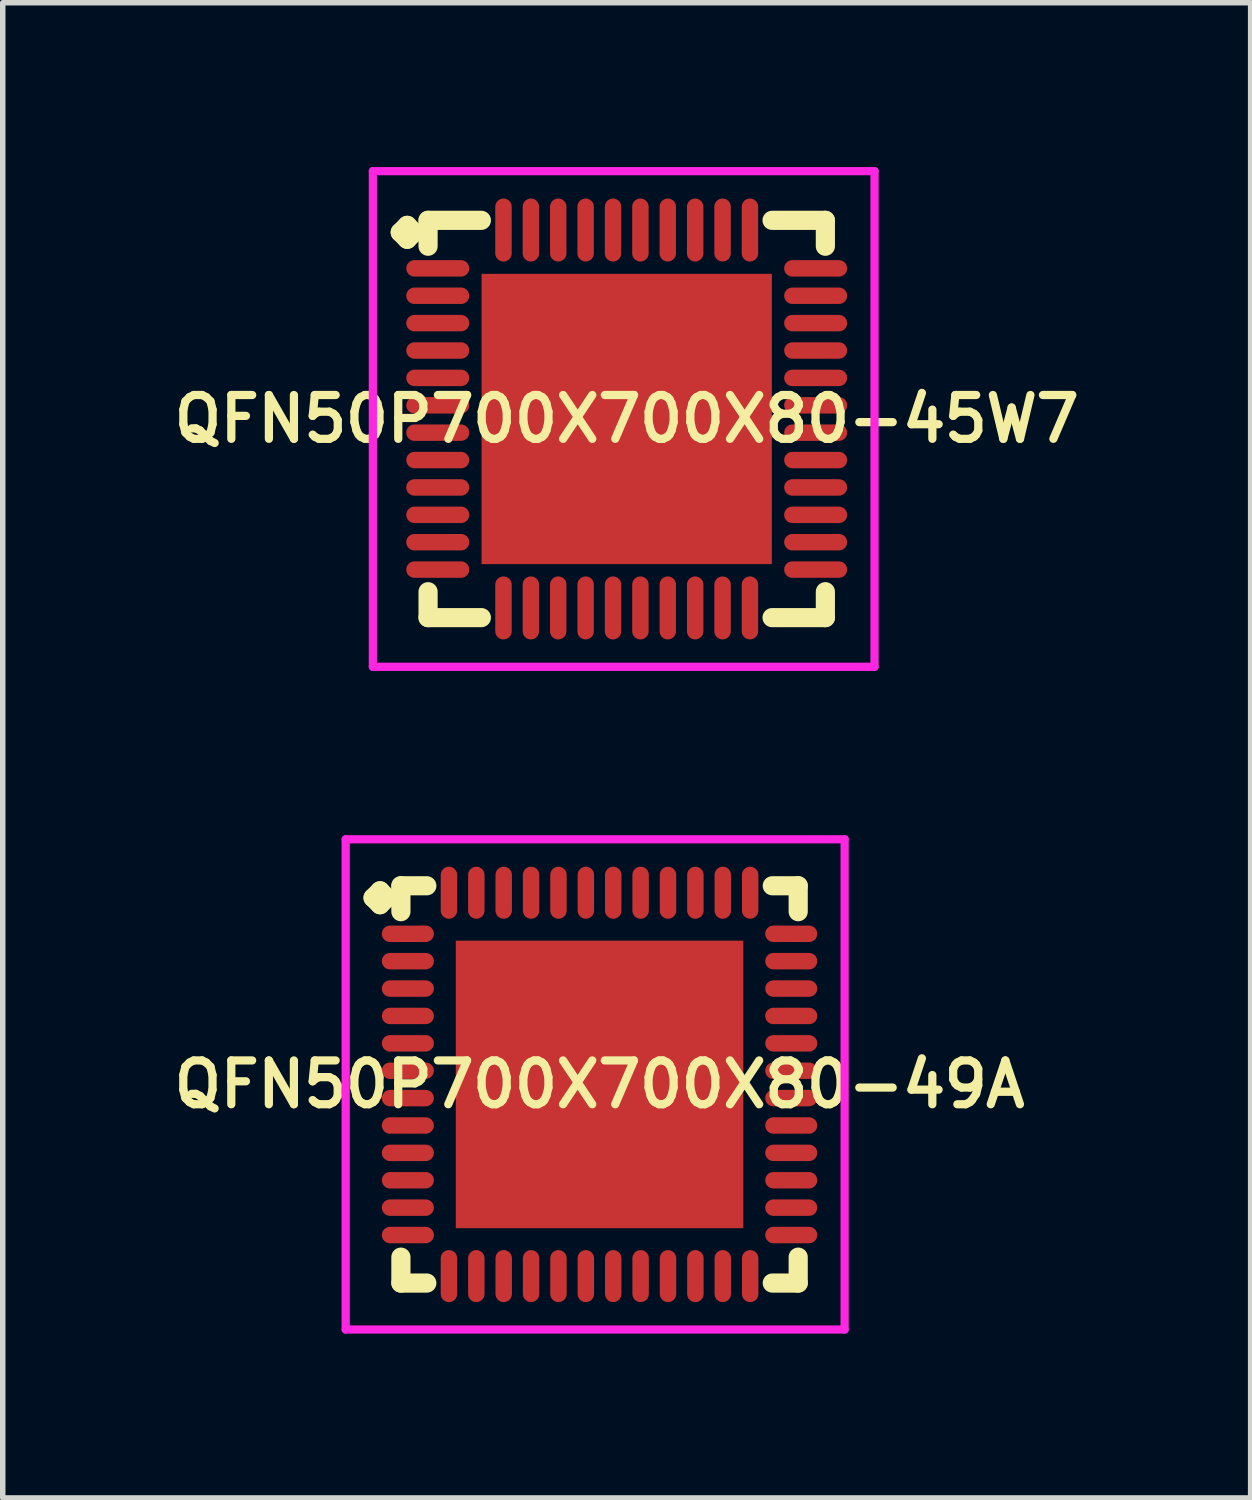
<source format=kicad_pcb>
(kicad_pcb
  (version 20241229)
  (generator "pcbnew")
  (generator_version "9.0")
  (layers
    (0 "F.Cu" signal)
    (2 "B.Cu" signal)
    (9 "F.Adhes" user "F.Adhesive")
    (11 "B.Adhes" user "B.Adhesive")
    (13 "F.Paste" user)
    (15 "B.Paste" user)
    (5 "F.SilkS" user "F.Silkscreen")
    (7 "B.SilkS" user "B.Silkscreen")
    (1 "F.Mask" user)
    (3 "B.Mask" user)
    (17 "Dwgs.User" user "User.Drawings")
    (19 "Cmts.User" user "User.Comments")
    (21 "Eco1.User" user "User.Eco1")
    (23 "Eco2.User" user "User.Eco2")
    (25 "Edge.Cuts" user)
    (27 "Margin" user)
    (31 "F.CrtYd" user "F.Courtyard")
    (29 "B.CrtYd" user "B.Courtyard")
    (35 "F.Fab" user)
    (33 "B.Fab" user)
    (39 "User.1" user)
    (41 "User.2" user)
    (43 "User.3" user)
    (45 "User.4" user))
  (footprint "QFN50P700X700X80-49A"
    (layer "F.Cu")
    (at 7.897 16.75)
    (property "Reference" "QFN50P700X700X80-49A" (at 0 0 0) (layer "F.SilkS") (effects (font (size 0.8 0.8) (thickness 0.15))))
    (attr smd)
    (fp_line (start -4.135 -3.408) (end -4.008 -3.535) (stroke (width 0.35) (type solid)) (layer "F.SilkS"))
    (fp_line (start -4.008 -3.535) (end -3.881 -3.408) (stroke (width 0.35) (type solid)) (layer "F.SilkS"))
    (fp_line (start -4.008 -3.281) (end -4.135 -3.408) (stroke (width 0.35) (type solid)) (layer "F.SilkS"))
    (fp_line (start -3.881 -3.408) (end -4.008 -3.281) (stroke (width 0.35) (type solid)) (layer "F.SilkS"))
    (fp_line (start -3.627 -3.627) (end -3.154 -3.627) (stroke (width 0.35) (type solid)) (layer "F.SilkS"))
    (fp_line (start -3.627 -3.154) (end -3.627 -3.627) (stroke (width 0.35) (type solid)) (layer "F.SilkS"))
    (fp_line (start -3.627 3.154) (end -3.627 3.627) (stroke (width 0.35) (type solid)) (layer "F.SilkS"))
    (fp_line (start -3.627 3.627) (end -3.154 3.627) (stroke (width 0.35) (type solid)) (layer "F.SilkS"))
    (fp_line (start 3.154 -3.627) (end 3.627 -3.627) (stroke (width 0.35) (type solid)) (layer "F.SilkS"))
    (fp_line (start 3.154 3.627) (end 3.627 3.627) (stroke (width 0.35) (type solid)) (layer "F.SilkS"))
    (fp_line (start 3.627 -3.627) (end 3.627 -3.154) (stroke (width 0.35) (type solid)) (layer "F.SilkS"))
    (fp_line (start 3.627 3.627) (end 3.627 3.154) (stroke (width 0.35) (type solid)) (layer "F.SilkS"))
    (fp_line (start -4.635 -4.475) (end 4.475 -4.475) (stroke (width 0.15) (type solid)) (layer "F.CrtYd"))
    (fp_line (start -4.635 4.475) (end -4.635 -4.475) (stroke (width 0.15) (type solid)) (layer "F.CrtYd"))
    (fp_line (start 4.475 -4.475) (end 4.475 4.475) (stroke (width 0.15) (type solid)) (layer "F.CrtYd"))
    (fp_line (start 4.475 4.475) (end -4.635 4.475) (stroke (width 0.15) (type solid)) (layer "F.CrtYd"))
    (pad "1" smd oval (at -3.5 -2.75) (size 0.95 0.3) (layers "F.Cu" "F.Mask" "F.Paste"))
    (pad "2" smd oval (at -3.5 -2.25) (size 0.95 0.3) (layers "F.Cu" "F.Mask" "F.Paste"))
    (pad "3" smd oval (at -3.5 -1.75) (size 0.95 0.3) (layers "F.Cu" "F.Mask" "F.Paste"))
    (pad "4" smd oval (at -3.5 -1.25) (size 0.95 0.3) (layers "F.Cu" "F.Mask" "F.Paste"))
    (pad "5" smd oval (at -3.5 -0.75) (size 0.95 0.3) (layers "F.Cu" "F.Mask" "F.Paste"))
    (pad "6" smd oval (at -3.5 -0.25) (size 0.95 0.3) (layers "F.Cu" "F.Mask" "F.Paste"))
    (pad "7" smd oval (at -3.5 0.25) (size 0.95 0.3) (layers "F.Cu" "F.Mask" "F.Paste"))
    (pad "8" smd oval (at -3.5 0.75) (size 0.95 0.3) (layers "F.Cu" "F.Mask" "F.Paste"))
    (pad "9" smd oval (at -3.5 1.25) (size 0.95 0.3) (layers "F.Cu" "F.Mask" "F.Paste"))
    (pad "10" smd oval (at -3.5 1.75) (size 0.95 0.3) (layers "F.Cu" "F.Mask" "F.Paste"))
    (pad "11" smd oval (at -3.5 2.25) (size 0.95 0.3) (layers "F.Cu" "F.Mask" "F.Paste"))
    (pad "12" smd oval (at -3.5 2.75) (size 0.95 0.3) (layers "F.Cu" "F.Mask" "F.Paste"))
    (pad "13" smd oval (at -2.75 3.5) (size 0.3 0.95) (layers "F.Cu" "F.Mask" "F.Paste"))
    (pad "14" smd oval (at -2.25 3.5) (size 0.3 0.95) (layers "F.Cu" "F.Mask" "F.Paste"))
    (pad "15" smd oval (at -1.75 3.5) (size 0.3 0.95) (layers "F.Cu" "F.Mask" "F.Paste"))
    (pad "16" smd oval (at -1.25 3.5) (size 0.3 0.95) (layers "F.Cu" "F.Mask" "F.Paste"))
    (pad "17" smd oval (at -0.75 3.5) (size 0.3 0.95) (layers "F.Cu" "F.Mask" "F.Paste"))
    (pad "18" smd oval (at -0.25 3.5) (size 0.3 0.95) (layers "F.Cu" "F.Mask" "F.Paste"))
    (pad "19" smd oval (at 0.25 3.5) (size 0.3 0.95) (layers "F.Cu" "F.Mask" "F.Paste"))
    (pad "20" smd oval (at 0.75 3.5) (size 0.3 0.95) (layers "F.Cu" "F.Mask" "F.Paste"))
    (pad "21" smd oval (at 1.25 3.5) (size 0.3 0.95) (layers "F.Cu" "F.Mask" "F.Paste"))
    (pad "22" smd oval (at 1.75 3.5) (size 0.3 0.95) (layers "F.Cu" "F.Mask" "F.Paste"))
    (pad "23" smd oval (at 2.25 3.5) (size 0.3 0.95) (layers "F.Cu" "F.Mask" "F.Paste"))
    (pad "24" smd oval (at 2.75 3.5) (size 0.3 0.95) (layers "F.Cu" "F.Mask" "F.Paste"))
    (pad "25" smd oval (at 3.5 2.75) (size 0.95 0.3) (layers "F.Cu" "F.Mask" "F.Paste"))
    (pad "26" smd oval (at 3.5 2.25) (size 0.95 0.3) (layers "F.Cu" "F.Mask" "F.Paste"))
    (pad "27" smd oval (at 3.5 1.75) (size 0.95 0.3) (layers "F.Cu" "F.Mask" "F.Paste"))
    (pad "28" smd oval (at 3.5 1.25) (size 0.95 0.3) (layers "F.Cu" "F.Mask" "F.Paste"))
    (pad "29" smd oval (at 3.5 0.75) (size 0.95 0.3) (layers "F.Cu" "F.Mask" "F.Paste"))
    (pad "30" smd oval (at 3.5 0.25) (size 0.95 0.3) (layers "F.Cu" "F.Mask" "F.Paste"))
    (pad "31" smd oval (at 3.5 -0.25) (size 0.95 0.3) (layers "F.Cu" "F.Mask" "F.Paste"))
    (pad "32" smd oval (at 3.5 -0.75) (size 0.95 0.3) (layers "F.Cu" "F.Mask" "F.Paste"))
    (pad "33" smd oval (at 3.5 -1.25) (size 0.95 0.3) (layers "F.Cu" "F.Mask" "F.Paste"))
    (pad "34" smd oval (at 3.5 -1.75) (size 0.95 0.3) (layers "F.Cu" "F.Mask" "F.Paste"))
    (pad "35" smd oval (at 3.5 -2.25) (size 0.95 0.3) (layers "F.Cu" "F.Mask" "F.Paste"))
    (pad "36" smd oval (at 3.5 -2.75) (size 0.95 0.3) (layers "F.Cu" "F.Mask" "F.Paste"))
    (pad "37" smd oval (at 2.75 -3.5) (size 0.3 0.95) (layers "F.Cu" "F.Mask" "F.Paste"))
    (pad "38" smd oval (at 2.25 -3.5) (size 0.3 0.95) (layers "F.Cu" "F.Mask" "F.Paste"))
    (pad "39" smd oval (at 1.75 -3.5) (size 0.3 0.95) (layers "F.Cu" "F.Mask" "F.Paste"))
    (pad "40" smd oval (at 1.25 -3.5) (size 0.3 0.95) (layers "F.Cu" "F.Mask" "F.Paste"))
    (pad "41" smd oval (at 0.75 -3.5) (size 0.3 0.95) (layers "F.Cu" "F.Mask" "F.Paste"))
    (pad "42" smd oval (at 0.25 -3.5) (size 0.3 0.95) (layers "F.Cu" "F.Mask" "F.Paste"))
    (pad "43" smd oval (at -0.25 -3.5) (size 0.3 0.95) (layers "F.Cu" "F.Mask" "F.Paste"))
    (pad "44" smd oval (at -0.75 -3.5) (size 0.3 0.95) (layers "F.Cu" "F.Mask" "F.Paste"))
    (pad "45" smd oval (at -1.25 -3.5) (size 0.3 0.95) (layers "F.Cu" "F.Mask" "F.Paste"))
    (pad "46" smd oval (at -1.75 -3.5) (size 0.3 0.95) (layers "F.Cu" "F.Mask" "F.Paste"))
    (pad "47" smd oval (at -2.25 -3.5) (size 0.3 0.95) (layers "F.Cu" "F.Mask" "F.Paste"))
    (pad "48" smd oval (at -2.75 -3.5) (size 0.3 0.95) (layers "F.Cu" "F.Mask" "F.Paste"))
    (pad "49" smd rect (at 0 0) (size 5.25 5.25) (layers "F.Cu" "F.Mask" "F.Paste")))
  (footprint "QFN50P700X700X80-45W7"
    (layer "F.Cu")
    (at 8.393 4.6)
    (property "Reference" "QFN50P700X700X80-45W7" (at 0 0 0) (layer "F.SilkS") (effects (font (size 0.8 0.8) (thickness 0.15))))
    (attr smd)
    (fp_line (start -4.135 -3.408) (end -4.008 -3.535) (stroke (width 0.35) (type solid)) (layer "F.SilkS"))
    (fp_line (start -4.008 -3.535) (end -3.881 -3.408) (stroke (width 0.35) (type solid)) (layer "F.SilkS"))
    (fp_line (start -4.008 -3.281) (end -4.135 -3.408) (stroke (width 0.35) (type solid)) (layer "F.SilkS"))
    (fp_line (start -3.881 -3.408) (end -4.008 -3.281) (stroke (width 0.35) (type solid)) (layer "F.SilkS"))
    (fp_line (start -3.627 -3.627) (end -2.654 -3.627) (stroke (width 0.35) (type solid)) (layer "F.SilkS"))
    (fp_line (start -3.627 -3.154) (end -3.627 -3.627) (stroke (width 0.35) (type solid)) (layer "F.SilkS"))
    (fp_line (start -3.627 3.154) (end -3.627 3.627) (stroke (width 0.35) (type solid)) (layer "F.SilkS"))
    (fp_line (start -3.627 3.627) (end -2.654 3.627) (stroke (width 0.35) (type solid)) (layer "F.SilkS"))
    (fp_line (start 2.654 -3.627) (end 3.627 -3.627) (stroke (width 0.35) (type solid)) (layer "F.SilkS"))
    (fp_line (start 2.654 3.627) (end 3.627 3.627) (stroke (width 0.35) (type solid)) (layer "F.SilkS"))
    (fp_line (start 3.627 -3.627) (end 3.627 -3.154) (stroke (width 0.35) (type solid)) (layer "F.SilkS"))
    (fp_line (start 3.627 3.627) (end 3.627 3.154) (stroke (width 0.35) (type solid)) (layer "F.SilkS"))
    (fp_line (start -4.635 -4.525) (end 4.525 -4.525) (stroke (width 0.15) (type solid)) (layer "F.CrtYd"))
    (fp_line (start -4.635 4.525) (end -4.635 -4.525) (stroke (width 0.15) (type solid)) (layer "F.CrtYd"))
    (fp_line (start 4.525 -4.525) (end 4.525 4.525) (stroke (width 0.15) (type solid)) (layer "F.CrtYd"))
    (fp_line (start 4.525 4.525) (end -4.635 4.525) (stroke (width 0.15) (type solid)) (layer "F.CrtYd"))
    (pad "1" smd oval (at -3.45 -2.75) (size 1.15 0.3) (layers "F.Cu" "F.Mask" "F.Paste"))
    (pad "2" smd oval (at -3.45 -2.25) (size 1.15 0.3) (layers "F.Cu" "F.Mask" "F.Paste"))
    (pad "3" smd oval (at -3.45 -1.75) (size 1.15 0.3) (layers "F.Cu" "F.Mask" "F.Paste"))
    (pad "4" smd oval (at -3.45 -1.25) (size 1.15 0.3) (layers "F.Cu" "F.Mask" "F.Paste"))
    (pad "5" smd oval (at -3.45 -0.75) (size 1.15 0.3) (layers "F.Cu" "F.Mask" "F.Paste"))
    (pad "6" smd oval (at -3.45 -0.25) (size 1.15 0.3) (layers "F.Cu" "F.Mask" "F.Paste"))
    (pad "7" smd oval (at -3.45 0.25) (size 1.15 0.3) (layers "F.Cu" "F.Mask" "F.Paste"))
    (pad "8" smd oval (at -3.45 0.75) (size 1.15 0.3) (layers "F.Cu" "F.Mask" "F.Paste"))
    (pad "9" smd oval (at -3.45 1.25) (size 1.15 0.3) (layers "F.Cu" "F.Mask" "F.Paste"))
    (pad "10" smd oval (at -3.45 1.75) (size 1.15 0.3) (layers "F.Cu" "F.Mask" "F.Paste"))
    (pad "11" smd oval (at -3.45 2.25) (size 1.15 0.3) (layers "F.Cu" "F.Mask" "F.Paste"))
    (pad "12" smd oval (at -3.45 2.75) (size 1.15 0.3) (layers "F.Cu" "F.Mask" "F.Paste"))
    (pad "13" smd oval (at -2.25 3.45) (size 0.3 1.15) (layers "F.Cu" "F.Mask" "F.Paste"))
    (pad "14" smd oval (at -1.75 3.45) (size 0.3 1.15) (layers "F.Cu" "F.Mask" "F.Paste"))
    (pad "15" smd oval (at -1.25 3.45) (size 0.3 1.15) (layers "F.Cu" "F.Mask" "F.Paste"))
    (pad "16" smd oval (at -0.75 3.45) (size 0.3 1.15) (layers "F.Cu" "F.Mask" "F.Paste"))
    (pad "17" smd oval (at -0.25 3.45) (size 0.3 1.15) (layers "F.Cu" "F.Mask" "F.Paste"))
    (pad "18" smd oval (at 0.25 3.45) (size 0.3 1.15) (layers "F.Cu" "F.Mask" "F.Paste"))
    (pad "19" smd oval (at 0.75 3.45) (size 0.3 1.15) (layers "F.Cu" "F.Mask" "F.Paste"))
    (pad "20" smd oval (at 1.25 3.45) (size 0.3 1.15) (layers "F.Cu" "F.Mask" "F.Paste"))
    (pad "21" smd oval (at 1.75 3.45) (size 0.3 1.15) (layers "F.Cu" "F.Mask" "F.Paste"))
    (pad "22" smd oval (at 2.25 3.45) (size 0.3 1.15) (layers "F.Cu" "F.Mask" "F.Paste"))
    (pad "23" smd oval (at 3.45 2.75) (size 1.15 0.3) (layers "F.Cu" "F.Mask" "F.Paste"))
    (pad "24" smd oval (at 3.45 2.25) (size 1.15 0.3) (layers "F.Cu" "F.Mask" "F.Paste"))
    (pad "25" smd oval (at 3.45 1.75) (size 1.15 0.3) (layers "F.Cu" "F.Mask" "F.Paste"))
    (pad "26" smd oval (at 3.45 1.25) (size 1.15 0.3) (layers "F.Cu" "F.Mask" "F.Paste"))
    (pad "27" smd oval (at 3.45 0.75) (size 1.15 0.3) (layers "F.Cu" "F.Mask" "F.Paste"))
    (pad "28" smd oval (at 3.45 0.25) (size 1.15 0.3) (layers "F.Cu" "F.Mask" "F.Paste"))
    (pad "29" smd oval (at 3.45 -0.25) (size 1.15 0.3) (layers "F.Cu" "F.Mask" "F.Paste"))
    (pad "30" smd oval (at 3.45 -0.75) (size 1.15 0.3) (layers "F.Cu" "F.Mask" "F.Paste"))
    (pad "31" smd oval (at 3.45 -1.25) (size 1.15 0.3) (layers "F.Cu" "F.Mask" "F.Paste"))
    (pad "32" smd oval (at 3.45 -1.75) (size 1.15 0.3) (layers "F.Cu" "F.Mask" "F.Paste"))
    (pad "33" smd oval (at 3.45 -2.25) (size 1.15 0.3) (layers "F.Cu" "F.Mask" "F.Paste"))
    (pad "34" smd oval (at 3.45 -2.75) (size 1.15 0.3) (layers "F.Cu" "F.Mask" "F.Paste"))
    (pad "35" smd oval (at 2.25 -3.45) (size 0.3 1.15) (layers "F.Cu" "F.Mask" "F.Paste"))
    (pad "36" smd oval (at 1.75 -3.45) (size 0.3 1.15) (layers "F.Cu" "F.Mask" "F.Paste"))
    (pad "37" smd oval (at 1.25 -3.45) (size 0.3 1.15) (layers "F.Cu" "F.Mask" "F.Paste"))
    (pad "38" smd oval (at 0.75 -3.45) (size 0.3 1.15) (layers "F.Cu" "F.Mask" "F.Paste"))
    (pad "39" smd oval (at 0.25 -3.45) (size 0.3 1.15) (layers "F.Cu" "F.Mask" "F.Paste"))
    (pad "40" smd oval (at -0.25 -3.45) (size 0.3 1.15) (layers "F.Cu" "F.Mask" "F.Paste"))
    (pad "41" smd oval (at -0.75 -3.45) (size 0.3 1.15) (layers "F.Cu" "F.Mask" "F.Paste"))
    (pad "42" smd oval (at -1.25 -3.45) (size 0.3 1.15) (layers "F.Cu" "F.Mask" "F.Paste"))
    (pad "43" smd oval (at -1.75 -3.45) (size 0.3 1.15) (layers "F.Cu" "F.Mask" "F.Paste"))
    (pad "44" smd oval (at -2.25 -3.45) (size 0.3 1.15) (layers "F.Cu" "F.Mask" "F.Paste"))
    (pad "45" smd rect (at 0 0) (size 5.3 5.3) (layers "F.Cu" "F.Mask" "F.Paste")))
  (gr_rect
    (start -3 -3)
    (end 19.785 24.3)
    (stroke (width 0.1) (type default))
    (fill no)
    (layer "Edge.Cuts")))
</source>
